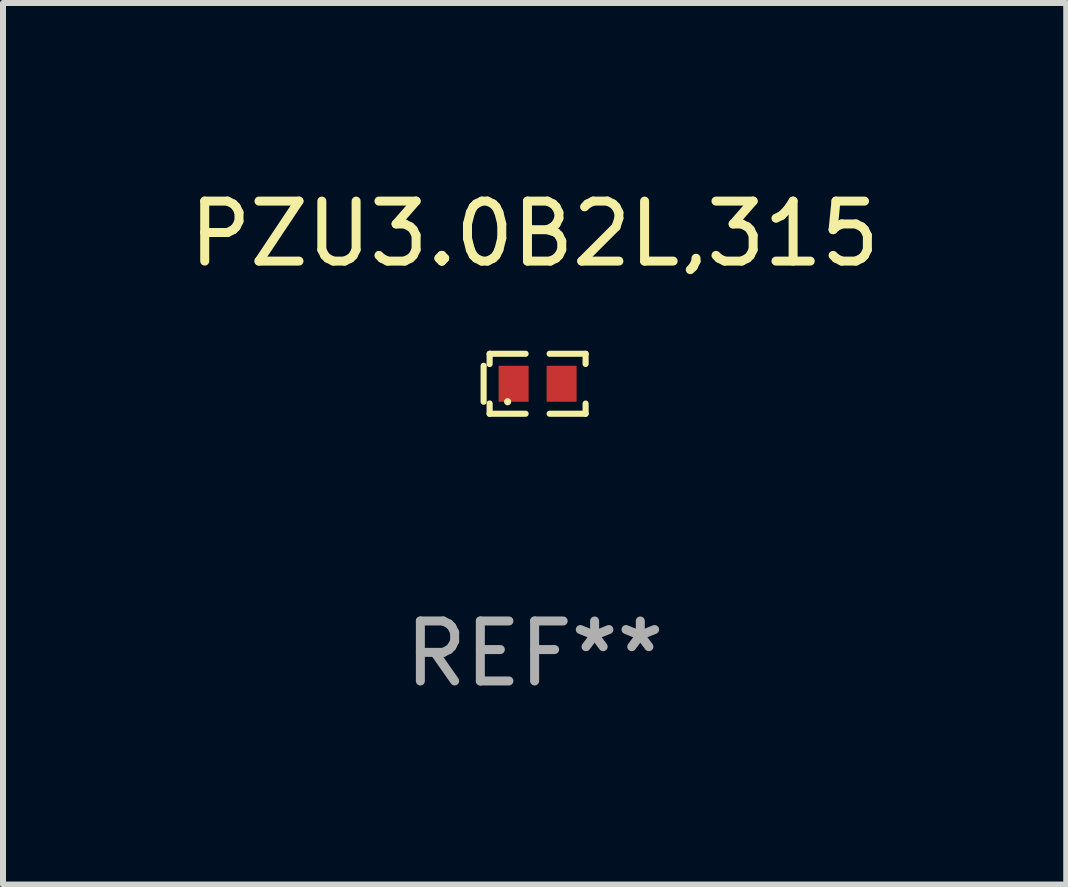
<source format=kicad_pcb>
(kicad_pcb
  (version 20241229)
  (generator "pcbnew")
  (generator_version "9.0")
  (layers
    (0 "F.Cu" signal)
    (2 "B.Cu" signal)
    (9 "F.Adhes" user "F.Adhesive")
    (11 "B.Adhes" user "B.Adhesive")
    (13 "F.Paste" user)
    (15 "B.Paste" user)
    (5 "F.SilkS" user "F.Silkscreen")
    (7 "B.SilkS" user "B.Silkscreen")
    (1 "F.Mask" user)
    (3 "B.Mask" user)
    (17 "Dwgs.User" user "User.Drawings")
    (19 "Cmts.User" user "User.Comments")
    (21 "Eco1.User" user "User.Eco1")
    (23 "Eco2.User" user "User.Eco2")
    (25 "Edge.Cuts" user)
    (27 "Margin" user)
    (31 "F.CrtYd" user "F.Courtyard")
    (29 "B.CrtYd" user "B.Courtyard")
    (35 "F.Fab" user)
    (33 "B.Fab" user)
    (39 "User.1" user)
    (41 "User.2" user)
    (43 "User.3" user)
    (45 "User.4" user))
  (footprint "PZU3.0B2L,315"
    (layer "F.Cu")
    (at 5.863 3.348)
    (property "Reference" "PZU3.0B2L,315" (at 0 -2.5 0) (layer "F.SilkS") (effects (font (size 1 1) (thickness 0.15))))
    (attr through_hole)
    (fp_line (start -0.85 -0.3) (end -0.85 0.3) (stroke (width 0.102) (type solid)) (layer "F.SilkS"))
    (fp_line (start -0.75 -0.5) (end -0.75 -0.329) (stroke (width 0.102) (type solid)) (layer "F.SilkS"))
    (fp_line (start -0.75 0.329) (end -0.75 0.5) (stroke (width 0.102) (type solid)) (layer "F.SilkS"))
    (fp_line (start -0.75 0.5) (end -0.15 0.5) (stroke (width 0.102) (type solid)) (layer "F.SilkS"))
    (fp_line (start -0.15 -0.5) (end -0.75 -0.5) (stroke (width 0.102) (type solid)) (layer "F.SilkS"))
    (fp_line (start 0.25 -0.5) (end 0.85 -0.5) (stroke (width 0.102) (type solid)) (layer "F.SilkS"))
    (fp_line (start 0.85 -0.5) (end 0.85 -0.33) (stroke (width 0.102) (type solid)) (layer "F.SilkS"))
    (fp_line (start 0.85 0.33) (end 0.85 0.5) (stroke (width 0.102) (type solid)) (layer "F.SilkS"))
    (fp_line (start 0.85 0.5) (end 0.25 0.5) (stroke (width 0.102) (type solid)) (layer "F.SilkS"))
    (fp_circle (center -0.45 0.3) (end -0.42 0.3) (stroke (width 0.06) (type solid)) (fill no) (layer "F.SilkS"))
    (fp_text user "REF**" (at 0 4.5 0) (layer "F.Fab") (effects (font (size 1 1) (thickness 0.15))))
    (pad "1" smd rect (at -0.35 0) (size 0.5 0.6) (layers "F.Cu" "F.Mask" "F.Paste"))
    (pad "2" smd rect (at 0.45 0) (size 0.5 0.6) (layers "F.Cu" "F.Mask" "F.Paste")))
  (gr_rect
    (start -3 -3)
    (end 14.726 11.697)
    (stroke (width 0.1) (type default))
    (fill no)
    (layer "Edge.Cuts")))
</source>
